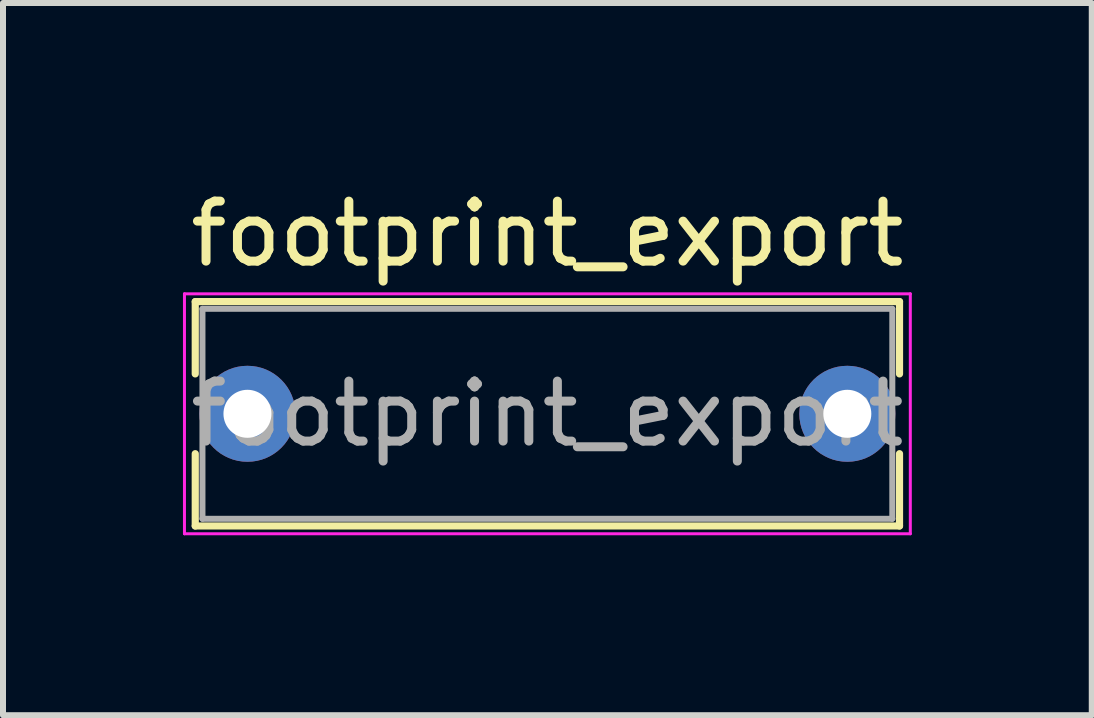
<source format=kicad_pcb>
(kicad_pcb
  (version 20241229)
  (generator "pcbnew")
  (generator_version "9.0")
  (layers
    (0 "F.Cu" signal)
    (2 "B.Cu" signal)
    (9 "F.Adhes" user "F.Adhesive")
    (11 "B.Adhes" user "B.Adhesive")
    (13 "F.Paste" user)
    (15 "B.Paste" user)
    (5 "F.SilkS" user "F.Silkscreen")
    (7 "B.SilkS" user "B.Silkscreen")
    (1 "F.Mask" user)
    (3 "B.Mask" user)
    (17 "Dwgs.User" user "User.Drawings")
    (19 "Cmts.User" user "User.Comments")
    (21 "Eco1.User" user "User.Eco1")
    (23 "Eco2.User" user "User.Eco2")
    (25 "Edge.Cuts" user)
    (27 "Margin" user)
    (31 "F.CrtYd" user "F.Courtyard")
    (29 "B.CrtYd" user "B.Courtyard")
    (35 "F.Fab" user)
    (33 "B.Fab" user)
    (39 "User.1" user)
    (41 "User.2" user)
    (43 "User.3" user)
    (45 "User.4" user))
  (footprint "footprint_export"
    (layer "F.Cu")
    (at 1.075 3.848)
    (property "Reference" "footprint_export" (at 5 -3 0) (layer "F.SilkS") (effects (font (size 1 1) (thickness 0.15))))
    (attr through_hole)
    (fp_line (start -0.87 -1.87) (end -0.87 -0.665) (stroke (width 0.12) (type solid)) (layer "F.SilkS"))
    (fp_line (start -0.87 -1.87) (end 10.87 -1.87) (stroke (width 0.12) (type solid)) (layer "F.SilkS"))
    (fp_line (start -0.87 0.665) (end -0.87 1.87) (stroke (width 0.12) (type solid)) (layer "F.SilkS"))
    (fp_line (start -0.87 1.87) (end 10.87 1.87) (stroke (width 0.12) (type solid)) (layer "F.SilkS"))
    (fp_line (start 10.87 -1.87) (end 10.87 -0.665) (stroke (width 0.12) (type solid)) (layer "F.SilkS"))
    (fp_line (start 10.87 0.665) (end 10.87 1.87) (stroke (width 0.12) (type solid)) (layer "F.SilkS"))
    (fp_line (start -1.05 -2) (end -1.05 2) (stroke (width 0.05) (type solid)) (layer "F.CrtYd"))
    (fp_line (start -1.05 2) (end 11.05 2) (stroke (width 0.05) (type solid)) (layer "F.CrtYd"))
    (fp_line (start 11.05 -2) (end -1.05 -2) (stroke (width 0.05) (type solid)) (layer "F.CrtYd"))
    (fp_line (start 11.05 2) (end 11.05 -2) (stroke (width 0.05) (type solid)) (layer "F.CrtYd"))
    (fp_line (start -0.75 -1.75) (end -0.75 1.75) (stroke (width 0.1) (type solid)) (layer "F.Fab"))
    (fp_line (start -0.75 1.75) (end 10.75 1.75) (stroke (width 0.1) (type solid)) (layer "F.Fab"))
    (fp_line (start 10.75 -1.75) (end -0.75 -1.75) (stroke (width 0.1) (type solid)) (layer "F.Fab"))
    (fp_line (start 10.75 1.75) (end 10.75 -1.75) (stroke (width 0.1) (type solid)) (layer "F.Fab"))
    (fp_text user "${REFERENCE}" (at 5 0 0) (layer "F.Fab") (effects (font (size 1 1) (thickness 0.15))))
    (pad "1" thru_hole circle (at 0 0) (size 1.6 1.6) (drill 0.8) (layers "*.Cu" "*.Mask"))
    (pad "2" thru_hole circle (at 10 0) (size 1.6 1.6) (drill 0.8) (layers "*.Cu" "*.Mask")))
  (gr_rect
    (start -3 -3)
    (end 15.15 8.873)
    (stroke (width 0.1) (type default))
    (fill no)
    (layer "Edge.Cuts")))
</source>
